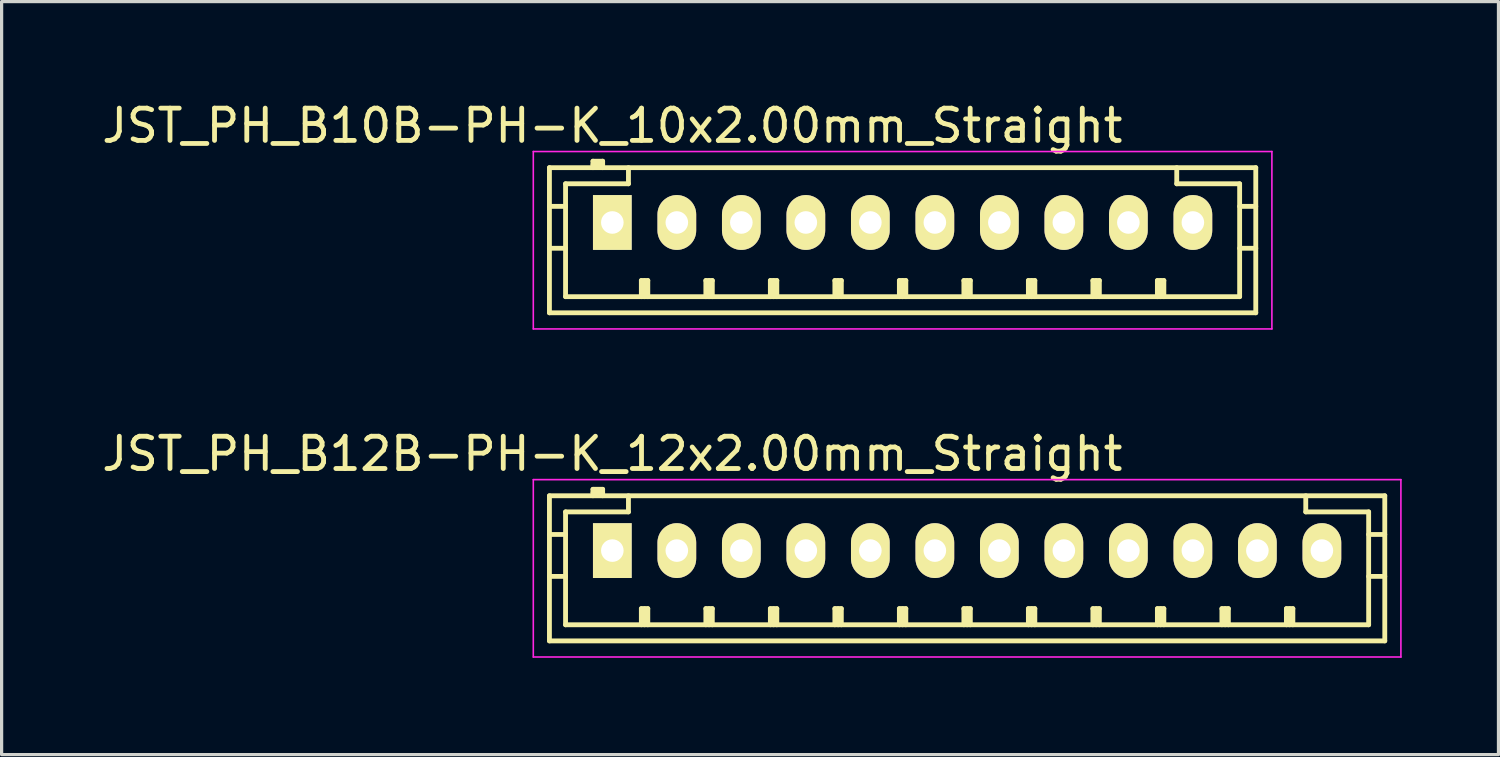
<source format=kicad_pcb>
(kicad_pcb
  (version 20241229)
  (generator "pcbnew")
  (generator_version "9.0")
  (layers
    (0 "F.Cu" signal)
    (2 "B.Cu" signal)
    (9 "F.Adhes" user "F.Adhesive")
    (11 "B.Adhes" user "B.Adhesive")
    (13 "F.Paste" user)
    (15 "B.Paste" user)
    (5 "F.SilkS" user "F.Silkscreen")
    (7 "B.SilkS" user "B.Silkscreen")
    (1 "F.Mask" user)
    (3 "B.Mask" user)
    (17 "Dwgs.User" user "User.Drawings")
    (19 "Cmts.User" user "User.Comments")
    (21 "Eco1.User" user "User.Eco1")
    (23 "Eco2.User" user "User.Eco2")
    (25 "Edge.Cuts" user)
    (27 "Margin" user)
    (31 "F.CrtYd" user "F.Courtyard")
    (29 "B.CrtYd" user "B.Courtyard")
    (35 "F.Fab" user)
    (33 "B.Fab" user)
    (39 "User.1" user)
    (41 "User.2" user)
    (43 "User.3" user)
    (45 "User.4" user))
  (footprint "JST_PH_B12B-PH-K_12x2.00mm_Straight"
    (layer "F.Cu")
    (at 15.935 14.021)
    (property "Reference" "JST_PH_B12B-PH-K_12x2.00mm_Straight" (at 0 -3 0) (layer "F.SilkS") (effects (font (size 1 1) (thickness 0.15))))
    (attr through_hole)
    (fp_line (start -1.95 -1.7) (end 23.95 -1.7) (stroke (width 0.15) (type solid)) (layer "F.SilkS"))
    (fp_line (start -1.95 -0.5) (end -1.45 -0.5) (stroke (width 0.15) (type solid)) (layer "F.SilkS"))
    (fp_line (start -1.95 0.8) (end -1.45 0.8) (stroke (width 0.15) (type solid)) (layer "F.SilkS"))
    (fp_line (start -1.95 2.8) (end -1.95 -1.7) (stroke (width 0.15) (type solid)) (layer "F.SilkS"))
    (fp_line (start -1.45 -1.2) (end -1.45 2.3) (stroke (width 0.15) (type solid)) (layer "F.SilkS"))
    (fp_line (start -1.45 2.3) (end 23.45 2.3) (stroke (width 0.15) (type solid)) (layer "F.SilkS"))
    (fp_line (start -0.6 -1.9) (end -0.6 -1.7) (stroke (width 0.15) (type solid)) (layer "F.SilkS"))
    (fp_line (start -0.3 -1.9) (end -0.6 -1.9) (stroke (width 0.15) (type solid)) (layer "F.SilkS"))
    (fp_line (start -0.3 -1.8) (end -0.6 -1.8) (stroke (width 0.15) (type solid)) (layer "F.SilkS"))
    (fp_line (start -0.3 -1.7) (end -0.3 -1.9) (stroke (width 0.15) (type solid)) (layer "F.SilkS"))
    (fp_line (start 0.5 -1.7) (end 0.5 -1.2) (stroke (width 0.15) (type solid)) (layer "F.SilkS"))
    (fp_line (start 0.5 -1.2) (end -1.45 -1.2) (stroke (width 0.15) (type solid)) (layer "F.SilkS"))
    (fp_line (start 0.9 1.8) (end 1.1 1.8) (stroke (width 0.15) (type solid)) (layer "F.SilkS"))
    (fp_line (start 0.9 2.3) (end 0.9 1.8) (stroke (width 0.15) (type solid)) (layer "F.SilkS"))
    (fp_line (start 1 2.3) (end 1 1.8) (stroke (width 0.15) (type solid)) (layer "F.SilkS"))
    (fp_line (start 1.1 1.8) (end 1.1 2.3) (stroke (width 0.15) (type solid)) (layer "F.SilkS"))
    (fp_line (start 2.9 1.8) (end 3.1 1.8) (stroke (width 0.15) (type solid)) (layer "F.SilkS"))
    (fp_line (start 2.9 2.3) (end 2.9 1.8) (stroke (width 0.15) (type solid)) (layer "F.SilkS"))
    (fp_line (start 3 2.3) (end 3 1.8) (stroke (width 0.15) (type solid)) (layer "F.SilkS"))
    (fp_line (start 3.1 1.8) (end 3.1 2.3) (stroke (width 0.15) (type solid)) (layer "F.SilkS"))
    (fp_line (start 4.9 1.8) (end 5.1 1.8) (stroke (width 0.15) (type solid)) (layer "F.SilkS"))
    (fp_line (start 4.9 2.3) (end 4.9 1.8) (stroke (width 0.15) (type solid)) (layer "F.SilkS"))
    (fp_line (start 5 2.3) (end 5 1.8) (stroke (width 0.15) (type solid)) (layer "F.SilkS"))
    (fp_line (start 5.1 1.8) (end 5.1 2.3) (stroke (width 0.15) (type solid)) (layer "F.SilkS"))
    (fp_line (start 6.9 1.8) (end 7.1 1.8) (stroke (width 0.15) (type solid)) (layer "F.SilkS"))
    (fp_line (start 6.9 2.3) (end 6.9 1.8) (stroke (width 0.15) (type solid)) (layer "F.SilkS"))
    (fp_line (start 7 2.3) (end 7 1.8) (stroke (width 0.15) (type solid)) (layer "F.SilkS"))
    (fp_line (start 7.1 1.8) (end 7.1 2.3) (stroke (width 0.15) (type solid)) (layer "F.SilkS"))
    (fp_line (start 8.9 1.8) (end 9.1 1.8) (stroke (width 0.15) (type solid)) (layer "F.SilkS"))
    (fp_line (start 8.9 2.3) (end 8.9 1.8) (stroke (width 0.15) (type solid)) (layer "F.SilkS"))
    (fp_line (start 9 2.3) (end 9 1.8) (stroke (width 0.15) (type solid)) (layer "F.SilkS"))
    (fp_line (start 9.1 1.8) (end 9.1 2.3) (stroke (width 0.15) (type solid)) (layer "F.SilkS"))
    (fp_line (start 10.9 1.8) (end 11.1 1.8) (stroke (width 0.15) (type solid)) (layer "F.SilkS"))
    (fp_line (start 10.9 2.3) (end 10.9 1.8) (stroke (width 0.15) (type solid)) (layer "F.SilkS"))
    (fp_line (start 11 2.3) (end 11 1.8) (stroke (width 0.15) (type solid)) (layer "F.SilkS"))
    (fp_line (start 11.1 1.8) (end 11.1 2.3) (stroke (width 0.15) (type solid)) (layer "F.SilkS"))
    (fp_line (start 12.9 1.8) (end 13.1 1.8) (stroke (width 0.15) (type solid)) (layer "F.SilkS"))
    (fp_line (start 12.9 2.3) (end 12.9 1.8) (stroke (width 0.15) (type solid)) (layer "F.SilkS"))
    (fp_line (start 13 2.3) (end 13 1.8) (stroke (width 0.15) (type solid)) (layer "F.SilkS"))
    (fp_line (start 13.1 1.8) (end 13.1 2.3) (stroke (width 0.15) (type solid)) (layer "F.SilkS"))
    (fp_line (start 14.9 1.8) (end 15.1 1.8) (stroke (width 0.15) (type solid)) (layer "F.SilkS"))
    (fp_line (start 14.9 2.3) (end 14.9 1.8) (stroke (width 0.15) (type solid)) (layer "F.SilkS"))
    (fp_line (start 15 2.3) (end 15 1.8) (stroke (width 0.15) (type solid)) (layer "F.SilkS"))
    (fp_line (start 15.1 1.8) (end 15.1 2.3) (stroke (width 0.15) (type solid)) (layer "F.SilkS"))
    (fp_line (start 16.9 1.8) (end 17.1 1.8) (stroke (width 0.15) (type solid)) (layer "F.SilkS"))
    (fp_line (start 16.9 2.3) (end 16.9 1.8) (stroke (width 0.15) (type solid)) (layer "F.SilkS"))
    (fp_line (start 17 2.3) (end 17 1.8) (stroke (width 0.15) (type solid)) (layer "F.SilkS"))
    (fp_line (start 17.1 1.8) (end 17.1 2.3) (stroke (width 0.15) (type solid)) (layer "F.SilkS"))
    (fp_line (start 18.9 1.8) (end 19.1 1.8) (stroke (width 0.15) (type solid)) (layer "F.SilkS"))
    (fp_line (start 18.9 2.3) (end 18.9 1.8) (stroke (width 0.15) (type solid)) (layer "F.SilkS"))
    (fp_line (start 19 2.3) (end 19 1.8) (stroke (width 0.15) (type solid)) (layer "F.SilkS"))
    (fp_line (start 19.1 1.8) (end 19.1 2.3) (stroke (width 0.15) (type solid)) (layer "F.SilkS"))
    (fp_line (start 20.9 1.8) (end 21.1 1.8) (stroke (width 0.15) (type solid)) (layer "F.SilkS"))
    (fp_line (start 20.9 2.3) (end 20.9 1.8) (stroke (width 0.15) (type solid)) (layer "F.SilkS"))
    (fp_line (start 21 2.3) (end 21 1.8) (stroke (width 0.15) (type solid)) (layer "F.SilkS"))
    (fp_line (start 21.1 1.8) (end 21.1 2.3) (stroke (width 0.15) (type solid)) (layer "F.SilkS"))
    (fp_line (start 21.5 -1.2) (end 21.5 -1.7) (stroke (width 0.15) (type solid)) (layer "F.SilkS"))
    (fp_line (start 23.45 -1.2) (end 21.5 -1.2) (stroke (width 0.15) (type solid)) (layer "F.SilkS"))
    (fp_line (start 23.45 -0.5) (end 23.95 -0.5) (stroke (width 0.15) (type solid)) (layer "F.SilkS"))
    (fp_line (start 23.45 0.8) (end 23.95 0.8) (stroke (width 0.15) (type solid)) (layer "F.SilkS"))
    (fp_line (start 23.45 2.3) (end 23.45 -1.2) (stroke (width 0.15) (type solid)) (layer "F.SilkS"))
    (fp_line (start 23.95 -1.7) (end 23.95 2.8) (stroke (width 0.15) (type solid)) (layer "F.SilkS"))
    (fp_line (start 23.95 2.8) (end -1.95 2.8) (stroke (width 0.15) (type solid)) (layer "F.SilkS"))
    (fp_line (start -2.45 -2.2) (end 24.45 -2.2) (stroke (width 0.05) (type solid)) (layer "F.CrtYd"))
    (fp_line (start -2.45 3.3) (end -2.45 -2.2) (stroke (width 0.05) (type solid)) (layer "F.CrtYd"))
    (fp_line (start 24.45 -2.2) (end 24.45 3.3) (stroke (width 0.05) (type solid)) (layer "F.CrtYd"))
    (fp_line (start 24.45 3.3) (end -2.45 3.3) (stroke (width 0.05) (type solid)) (layer "F.CrtYd"))
    (pad "1" thru_hole rect (at 0 0) (size 1.2 1.7) (drill 0.7) (layers "*.Cu" "*.Mask" "F.SilkS"))
    (pad "2" thru_hole oval (at 2 0) (size 1.2 1.7) (drill 0.7) (layers "*.Cu" "*.Mask" "F.SilkS"))
    (pad "3" thru_hole oval (at 4 0) (size 1.2 1.7) (drill 0.7) (layers "*.Cu" "*.Mask" "F.SilkS"))
    (pad "4" thru_hole oval (at 6 0) (size 1.2 1.7) (drill 0.7) (layers "*.Cu" "*.Mask" "F.SilkS"))
    (pad "5" thru_hole oval (at 8 0) (size 1.2 1.7) (drill 0.7) (layers "*.Cu" "*.Mask" "F.SilkS"))
    (pad "6" thru_hole oval (at 10 0) (size 1.2 1.7) (drill 0.7) (layers "*.Cu" "*.Mask" "F.SilkS"))
    (pad "7" thru_hole oval (at 12 0) (size 1.2 1.7) (drill 0.7) (layers "*.Cu" "*.Mask" "F.SilkS"))
    (pad "8" thru_hole oval (at 14 0) (size 1.2 1.7) (drill 0.7) (layers "*.Cu" "*.Mask" "F.SilkS"))
    (pad "9" thru_hole oval (at 16 0) (size 1.2 1.7) (drill 0.7) (layers "*.Cu" "*.Mask" "F.SilkS"))
    (pad "10" thru_hole oval (at 18 0) (size 1.2 1.7) (drill 0.7) (layers "*.Cu" "*.Mask" "F.SilkS"))
    (pad "11" thru_hole oval (at 20 0) (size 1.2 1.7) (drill 0.7) (layers "*.Cu" "*.Mask" "F.SilkS"))
    (pad "12" thru_hole oval (at 22 0) (size 1.2 1.7) (drill 0.7) (layers "*.Cu" "*.Mask" "F.SilkS")))
  (footprint "JST_PH_B10B-PH-K_10x2.00mm_Straight"
    (layer "F.Cu")
    (at 15.935 3.848)
    (property "Reference" "JST_PH_B10B-PH-K_10x2.00mm_Straight" (at 0 -3 0) (layer "F.SilkS") (effects (font (size 1 1) (thickness 0.15))))
    (attr through_hole)
    (fp_line (start -1.95 -1.7) (end 19.95 -1.7) (stroke (width 0.15) (type solid)) (layer "F.SilkS"))
    (fp_line (start -1.95 -0.5) (end -1.45 -0.5) (stroke (width 0.15) (type solid)) (layer "F.SilkS"))
    (fp_line (start -1.95 0.8) (end -1.45 0.8) (stroke (width 0.15) (type solid)) (layer "F.SilkS"))
    (fp_line (start -1.95 2.8) (end -1.95 -1.7) (stroke (width 0.15) (type solid)) (layer "F.SilkS"))
    (fp_line (start -1.45 -1.2) (end -1.45 2.3) (stroke (width 0.15) (type solid)) (layer "F.SilkS"))
    (fp_line (start -1.45 2.3) (end 19.45 2.3) (stroke (width 0.15) (type solid)) (layer "F.SilkS"))
    (fp_line (start -0.6 -1.9) (end -0.6 -1.7) (stroke (width 0.15) (type solid)) (layer "F.SilkS"))
    (fp_line (start -0.3 -1.9) (end -0.6 -1.9) (stroke (width 0.15) (type solid)) (layer "F.SilkS"))
    (fp_line (start -0.3 -1.8) (end -0.6 -1.8) (stroke (width 0.15) (type solid)) (layer "F.SilkS"))
    (fp_line (start -0.3 -1.7) (end -0.3 -1.9) (stroke (width 0.15) (type solid)) (layer "F.SilkS"))
    (fp_line (start 0.5 -1.7) (end 0.5 -1.2) (stroke (width 0.15) (type solid)) (layer "F.SilkS"))
    (fp_line (start 0.5 -1.2) (end -1.45 -1.2) (stroke (width 0.15) (type solid)) (layer "F.SilkS"))
    (fp_line (start 0.9 1.8) (end 1.1 1.8) (stroke (width 0.15) (type solid)) (layer "F.SilkS"))
    (fp_line (start 0.9 2.3) (end 0.9 1.8) (stroke (width 0.15) (type solid)) (layer "F.SilkS"))
    (fp_line (start 1 2.3) (end 1 1.8) (stroke (width 0.15) (type solid)) (layer "F.SilkS"))
    (fp_line (start 1.1 1.8) (end 1.1 2.3) (stroke (width 0.15) (type solid)) (layer "F.SilkS"))
    (fp_line (start 2.9 1.8) (end 3.1 1.8) (stroke (width 0.15) (type solid)) (layer "F.SilkS"))
    (fp_line (start 2.9 2.3) (end 2.9 1.8) (stroke (width 0.15) (type solid)) (layer "F.SilkS"))
    (fp_line (start 3 2.3) (end 3 1.8) (stroke (width 0.15) (type solid)) (layer "F.SilkS"))
    (fp_line (start 3.1 1.8) (end 3.1 2.3) (stroke (width 0.15) (type solid)) (layer "F.SilkS"))
    (fp_line (start 4.9 1.8) (end 5.1 1.8) (stroke (width 0.15) (type solid)) (layer "F.SilkS"))
    (fp_line (start 4.9 2.3) (end 4.9 1.8) (stroke (width 0.15) (type solid)) (layer "F.SilkS"))
    (fp_line (start 5 2.3) (end 5 1.8) (stroke (width 0.15) (type solid)) (layer "F.SilkS"))
    (fp_line (start 5.1 1.8) (end 5.1 2.3) (stroke (width 0.15) (type solid)) (layer "F.SilkS"))
    (fp_line (start 6.9 1.8) (end 7.1 1.8) (stroke (width 0.15) (type solid)) (layer "F.SilkS"))
    (fp_line (start 6.9 2.3) (end 6.9 1.8) (stroke (width 0.15) (type solid)) (layer "F.SilkS"))
    (fp_line (start 7 2.3) (end 7 1.8) (stroke (width 0.15) (type solid)) (layer "F.SilkS"))
    (fp_line (start 7.1 1.8) (end 7.1 2.3) (stroke (width 0.15) (type solid)) (layer "F.SilkS"))
    (fp_line (start 8.9 1.8) (end 9.1 1.8) (stroke (width 0.15) (type solid)) (layer "F.SilkS"))
    (fp_line (start 8.9 2.3) (end 8.9 1.8) (stroke (width 0.15) (type solid)) (layer "F.SilkS"))
    (fp_line (start 9 2.3) (end 9 1.8) (stroke (width 0.15) (type solid)) (layer "F.SilkS"))
    (fp_line (start 9.1 1.8) (end 9.1 2.3) (stroke (width 0.15) (type solid)) (layer "F.SilkS"))
    (fp_line (start 10.9 1.8) (end 11.1 1.8) (stroke (width 0.15) (type solid)) (layer "F.SilkS"))
    (fp_line (start 10.9 2.3) (end 10.9 1.8) (stroke (width 0.15) (type solid)) (layer "F.SilkS"))
    (fp_line (start 11 2.3) (end 11 1.8) (stroke (width 0.15) (type solid)) (layer "F.SilkS"))
    (fp_line (start 11.1 1.8) (end 11.1 2.3) (stroke (width 0.15) (type solid)) (layer "F.SilkS"))
    (fp_line (start 12.9 1.8) (end 13.1 1.8) (stroke (width 0.15) (type solid)) (layer "F.SilkS"))
    (fp_line (start 12.9 2.3) (end 12.9 1.8) (stroke (width 0.15) (type solid)) (layer "F.SilkS"))
    (fp_line (start 13 2.3) (end 13 1.8) (stroke (width 0.15) (type solid)) (layer "F.SilkS"))
    (fp_line (start 13.1 1.8) (end 13.1 2.3) (stroke (width 0.15) (type solid)) (layer "F.SilkS"))
    (fp_line (start 14.9 1.8) (end 15.1 1.8) (stroke (width 0.15) (type solid)) (layer "F.SilkS"))
    (fp_line (start 14.9 2.3) (end 14.9 1.8) (stroke (width 0.15) (type solid)) (layer "F.SilkS"))
    (fp_line (start 15 2.3) (end 15 1.8) (stroke (width 0.15) (type solid)) (layer "F.SilkS"))
    (fp_line (start 15.1 1.8) (end 15.1 2.3) (stroke (width 0.15) (type solid)) (layer "F.SilkS"))
    (fp_line (start 16.9 1.8) (end 17.1 1.8) (stroke (width 0.15) (type solid)) (layer "F.SilkS"))
    (fp_line (start 16.9 2.3) (end 16.9 1.8) (stroke (width 0.15) (type solid)) (layer "F.SilkS"))
    (fp_line (start 17 2.3) (end 17 1.8) (stroke (width 0.15) (type solid)) (layer "F.SilkS"))
    (fp_line (start 17.1 1.8) (end 17.1 2.3) (stroke (width 0.15) (type solid)) (layer "F.SilkS"))
    (fp_line (start 17.5 -1.2) (end 17.5 -1.7) (stroke (width 0.15) (type solid)) (layer "F.SilkS"))
    (fp_line (start 19.45 -1.2) (end 17.5 -1.2) (stroke (width 0.15) (type solid)) (layer "F.SilkS"))
    (fp_line (start 19.45 -0.5) (end 19.95 -0.5) (stroke (width 0.15) (type solid)) (layer "F.SilkS"))
    (fp_line (start 19.45 0.8) (end 19.95 0.8) (stroke (width 0.15) (type solid)) (layer "F.SilkS"))
    (fp_line (start 19.45 2.3) (end 19.45 -1.2) (stroke (width 0.15) (type solid)) (layer "F.SilkS"))
    (fp_line (start 19.95 -1.7) (end 19.95 2.8) (stroke (width 0.15) (type solid)) (layer "F.SilkS"))
    (fp_line (start 19.95 2.8) (end -1.95 2.8) (stroke (width 0.15) (type solid)) (layer "F.SilkS"))
    (fp_line (start -2.45 -2.2) (end 20.45 -2.2) (stroke (width 0.05) (type solid)) (layer "F.CrtYd"))
    (fp_line (start -2.45 3.3) (end -2.45 -2.2) (stroke (width 0.05) (type solid)) (layer "F.CrtYd"))
    (fp_line (start 20.45 -2.2) (end 20.45 3.3) (stroke (width 0.05) (type solid)) (layer "F.CrtYd"))
    (fp_line (start 20.45 3.3) (end -2.45 3.3) (stroke (width 0.05) (type solid)) (layer "F.CrtYd"))
    (pad "1" thru_hole rect (at 0 0) (size 1.2 1.7) (drill 0.7) (layers "*.Cu" "*.Mask" "F.SilkS"))
    (pad "2" thru_hole oval (at 2 0) (size 1.2 1.7) (drill 0.7) (layers "*.Cu" "*.Mask" "F.SilkS"))
    (pad "3" thru_hole oval (at 4 0) (size 1.2 1.7) (drill 0.7) (layers "*.Cu" "*.Mask" "F.SilkS"))
    (pad "4" thru_hole oval (at 6 0) (size 1.2 1.7) (drill 0.7) (layers "*.Cu" "*.Mask" "F.SilkS"))
    (pad "5" thru_hole oval (at 8 0) (size 1.2 1.7) (drill 0.7) (layers "*.Cu" "*.Mask" "F.SilkS"))
    (pad "6" thru_hole oval (at 10 0) (size 1.2 1.7) (drill 0.7) (layers "*.Cu" "*.Mask" "F.SilkS"))
    (pad "7" thru_hole oval (at 12 0) (size 1.2 1.7) (drill 0.7) (layers "*.Cu" "*.Mask" "F.SilkS"))
    (pad "8" thru_hole oval (at 14 0) (size 1.2 1.7) (drill 0.7) (layers "*.Cu" "*.Mask" "F.SilkS"))
    (pad "9" thru_hole oval (at 16 0) (size 1.2 1.7) (drill 0.7) (layers "*.Cu" "*.Mask" "F.SilkS"))
    (pad "10" thru_hole oval (at 18 0) (size 1.2 1.7) (drill 0.7) (layers "*.Cu" "*.Mask" "F.SilkS")))
  (gr_rect
    (start -3 -3)
    (end 43.41 20.346)
    (stroke (width 0.1) (type default))
    (fill no)
    (layer "Edge.Cuts")))
</source>
